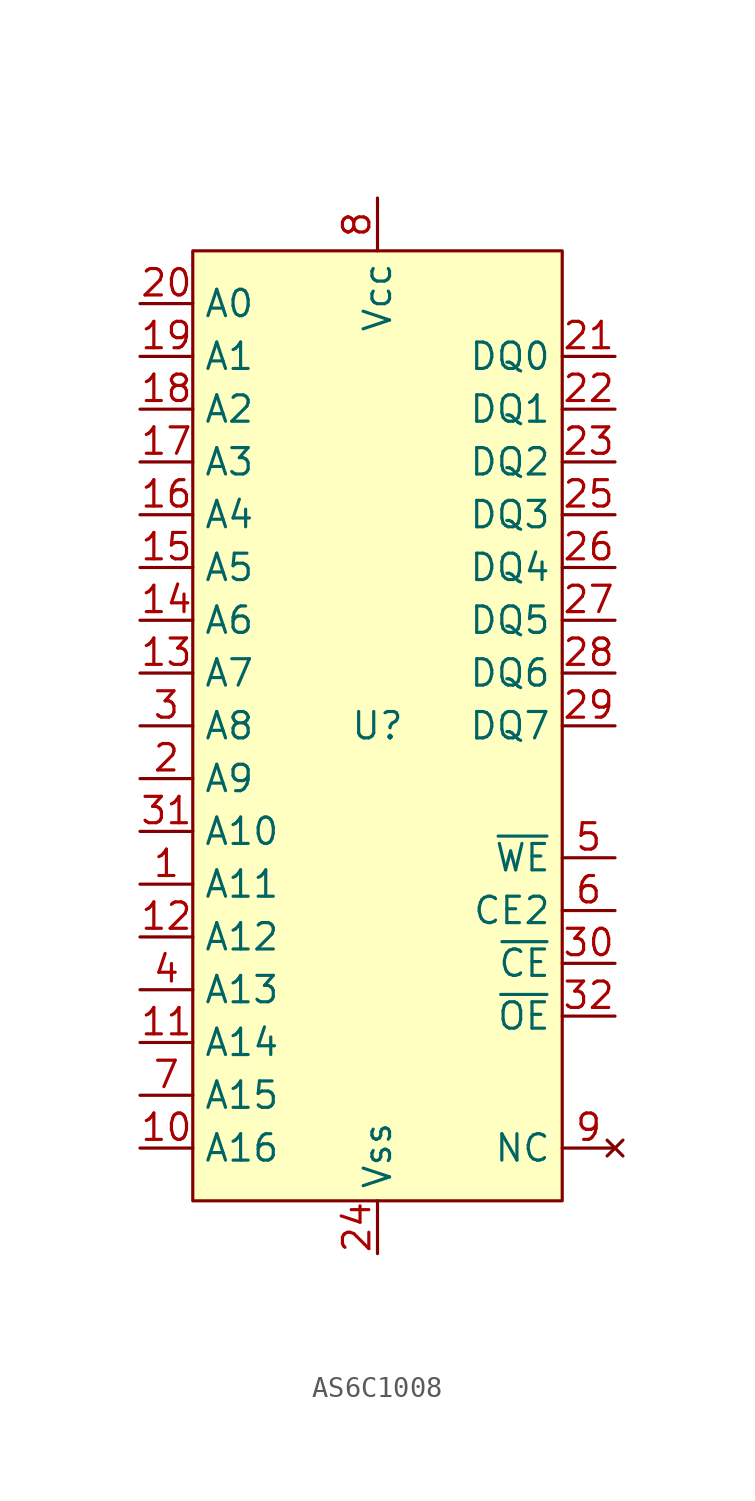
<source format=kicad_sym>
(kicad_symbol_lib
  (version 20231120)
  (generator "kicad_symbol_editor")
  (generator_version "8.0")
  (symbol "AS6C1008"
    (property "Reference" "U"
      (at 0 0 0)
      (effects (font (size 1.27 1.27))))
    (property "Value" ""
      (at 0 0 0)
      (effects (font (size 1.27 1.27))))
    (symbol "AS6C1008_0_0"
      (pin input line (at -11.43 -7.62 0) (length 2.54) (name "A11" (effects (font (size 1.27 1.27)))) (number "1" (effects (font (size 1.27 1.27)))))
      (pin input line (at -11.43 -20.32 0) (length 2.54) (name "A16" (effects (font (size 1.27 1.27)))) (number "10" (effects (font (size 1.27 1.27)))))
      (pin input line (at -11.43 -15.24 0) (length 2.54) (name "A14" (effects (font (size 1.27 1.27)))) (number "11" (effects (font (size 1.27 1.27)))))
      (pin input line (at -11.43 -10.16 0) (length 2.54) (name "A12" (effects (font (size 1.27 1.27)))) (number "12" (effects (font (size 1.27 1.27)))))
      (pin input line (at -11.43 2.54 0) (length 2.54) (name "A7" (effects (font (size 1.27 1.27)))) (number "13" (effects (font (size 1.27 1.27)))))
      (pin input line (at -11.43 5.08 0) (length 2.54) (name "A6" (effects (font (size 1.27 1.27)))) (number "14" (effects (font (size 1.27 1.27)))))
      (pin input line (at -11.43 7.62 0) (length 2.54) (name "A5" (effects (font (size 1.27 1.27)))) (number "15" (effects (font (size 1.27 1.27)))))
      (pin input line (at -11.43 10.16 0) (length 2.54) (name "A4" (effects (font (size 1.27 1.27)))) (number "16" (effects (font (size 1.27 1.27)))))
      (pin input line (at -11.43 12.7 0) (length 2.54) (name "A3" (effects (font (size 1.27 1.27)))) (number "17" (effects (font (size 1.27 1.27)))))
      (pin input line (at -11.43 15.24 0) (length 2.54) (name "A2" (effects (font (size 1.27 1.27)))) (number "18" (effects (font (size 1.27 1.27)))))
      (pin input line (at -11.43 17.78 0) (length 2.54) (name "A1" (effects (font (size 1.27 1.27)))) (number "19" (effects (font (size 1.27 1.27)))))
      (pin input line (at -11.43 -2.54 0) (length 2.54) (name "A9" (effects (font (size 1.27 1.27)))) (number "2" (effects (font (size 1.27 1.27)))))
      (pin input line (at -11.43 20.32 0) (length 2.54) (name "A0" (effects (font (size 1.27 1.27)))) (number "20" (effects (font (size 1.27 1.27)))))
      (pin tri_state line (at 11.43 17.78 180) (length 2.54) (name "DQ0" (effects (font (size 1.27 1.27)))) (number "21" (effects (font (size 1.27 1.27)))))
      (pin tri_state line (at 11.43 15.24 180) (length 2.54) (name "DQ1" (effects (font (size 1.27 1.27)))) (number "22" (effects (font (size 1.27 1.27)))))
      (pin tri_state line (at 11.43 12.7 180) (length 2.54) (name "DQ2" (effects (font (size 1.27 1.27)))) (number "23" (effects (font (size 1.27 1.27)))))
      (pin passive line (at 0 -25.4 90) (length 2.54) (name "Vss" (effects (font (size 1.27 1.27)))) (number "24" (effects (font (size 1.27 1.27)))))
      (pin tri_state line (at 11.43 10.16 180) (length 2.54) (name "DQ3" (effects (font (size 1.27 1.27)))) (number "25" (effects (font (size 1.27 1.27)))))
      (pin tri_state line (at 11.43 7.62 180) (length 2.54) (name "DQ4" (effects (font (size 1.27 1.27)))) (number "26" (effects (font (size 1.27 1.27)))))
      (pin tri_state line (at 11.43 5.08 180) (length 2.54) (name "DQ5" (effects (font (size 1.27 1.27)))) (number "27" (effects (font (size 1.27 1.27)))))
      (pin tri_state line (at 11.43 2.54 180) (length 2.54) (name "DQ6" (effects (font (size 1.27 1.27)))) (number "28" (effects (font (size 1.27 1.27)))))
      (pin tri_state line (at 11.43 0 180) (length 2.54) (name "DQ7" (effects (font (size 1.27 1.27)))) (number "29" (effects (font (size 1.27 1.27)))))
      (pin input line (at -11.43 0 0) (length 2.54) (name "A8" (effects (font (size 1.27 1.27)))) (number "3" (effects (font (size 1.27 1.27)))))
      (pin input line (at 11.43 -11.43 180) (length 2.54) (name "~{CE}" (effects (font (size 1.27 1.27)))) (number "30" (effects (font (size 1.27 1.27)))))
      (pin input line (at -11.43 -5.08 0) (length 2.54) (name "A10" (effects (font (size 1.27 1.27)))) (number "31" (effects (font (size 1.27 1.27)))))
      (pin input line (at 11.43 -13.97 180) (length 2.54) (name "~{OE}" (effects (font (size 1.27 1.27)))) (number "32" (effects (font (size 1.27 1.27)))))
      (pin input line (at -11.43 -12.7 0) (length 2.54) (name "A13" (effects (font (size 1.27 1.27)))) (number "4" (effects (font (size 1.27 1.27)))))
      (pin input line (at 11.43 -6.35 180) (length 2.54) (name "~{WE}" (effects (font (size 1.27 1.27)))) (number "5" (effects (font (size 1.27 1.27)))))
      (pin input line (at 11.43 -8.89 180) (length 2.54) (name "CE2" (effects (font (size 1.27 1.27)))) (number "6" (effects (font (size 1.27 1.27)))))
      (pin input line (at -11.43 -17.78 0) (length 2.54) (name "A15" (effects (font (size 1.27 1.27)))) (number "7" (effects (font (size 1.27 1.27)))))
      (pin passive line (at 0 25.4 270) (length 2.54) (name "Vcc" (effects (font (size 1.27 1.27)))) (number "8" (effects (font (size 1.27 1.27)))))
      (pin no_connect line (at 11.43 -20.32 180) (length 2.54) (name "NC" (effects (font (size 1.27 1.27)))) (number "9" (effects (font (size 1.27 1.27))))))
    (symbol "AS6C1008_1_1"
      (rectangle (start -8.89 22.86) (end 8.89 -22.86) (stroke (width 0) (type default)) (fill (type background))))))
</source>
